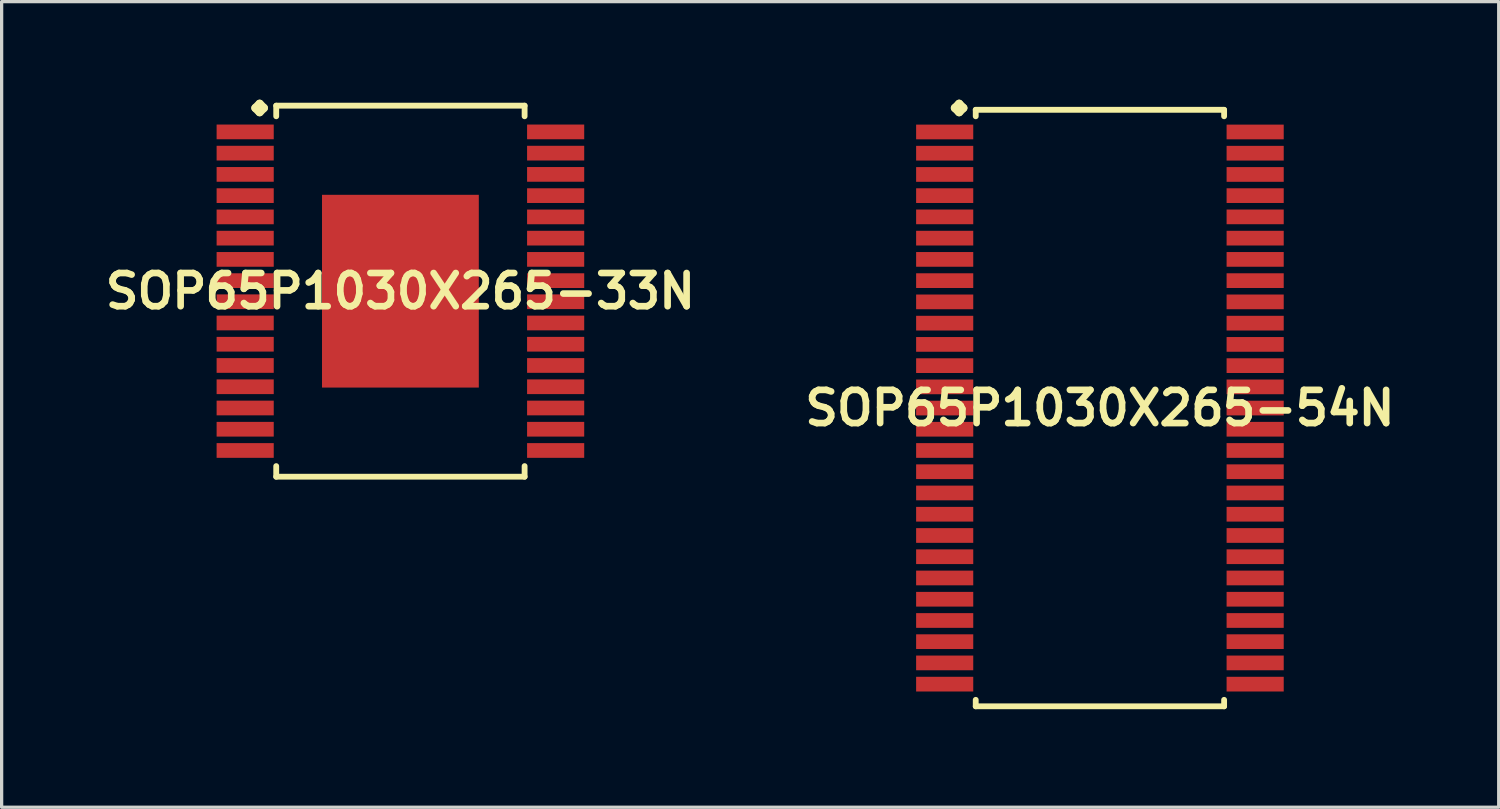
<source format=kicad_pcb>
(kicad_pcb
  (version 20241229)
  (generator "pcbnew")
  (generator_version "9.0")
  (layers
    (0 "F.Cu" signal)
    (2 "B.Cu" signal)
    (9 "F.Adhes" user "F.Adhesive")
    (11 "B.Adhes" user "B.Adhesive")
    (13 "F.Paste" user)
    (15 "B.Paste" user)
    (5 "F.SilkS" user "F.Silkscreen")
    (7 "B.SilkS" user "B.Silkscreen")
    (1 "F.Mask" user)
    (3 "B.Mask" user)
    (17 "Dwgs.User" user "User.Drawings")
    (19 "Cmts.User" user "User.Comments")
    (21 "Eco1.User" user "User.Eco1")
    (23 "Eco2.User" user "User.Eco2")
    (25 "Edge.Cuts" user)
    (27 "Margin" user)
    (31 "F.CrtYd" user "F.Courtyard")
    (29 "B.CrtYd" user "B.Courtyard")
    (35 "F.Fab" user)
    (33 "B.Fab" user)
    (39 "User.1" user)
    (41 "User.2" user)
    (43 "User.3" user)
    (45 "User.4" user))
  (footprint "SOP65P1030X265-33N"
    (layer "F.Cu")
    (at 9.202 5.86)
    (property "Reference" "SOP65P1030X265-33N" (at 0 0 0) (layer "F.SilkS") (effects (font (size 1.016 1.016) (thickness 0.203))))
    (attr smd)
    (fp_line (start -4.435 -5.606) (end -4.308 -5.733) (stroke (width 0.254) (type solid)) (layer "F.SilkS"))
    (fp_line (start -4.308 -5.733) (end -4.181 -5.606) (stroke (width 0.254) (type solid)) (layer "F.SilkS"))
    (fp_line (start -4.308 -5.479) (end -4.435 -5.606) (stroke (width 0.254) (type solid)) (layer "F.SilkS"))
    (fp_line (start -4.181 -5.606) (end -4.308 -5.479) (stroke (width 0.254) (type solid)) (layer "F.SilkS"))
    (fp_line (start -3.8 -5.677) (end 3.8 -5.677) (stroke (width 0.178) (type solid)) (layer "F.SilkS"))
    (fp_line (start -3.8 -5.352) (end -3.8 -5.677) (stroke (width 0.178) (type solid)) (layer "F.SilkS"))
    (fp_line (start -3.8 5.352) (end -3.8 5.677) (stroke (width 0.178) (type solid)) (layer "F.SilkS"))
    (fp_line (start -3.8 5.677) (end 3.8 5.677) (stroke (width 0.178) (type solid)) (layer "F.SilkS"))
    (fp_line (start 3.8 -5.677) (end 3.8 -5.352) (stroke (width 0.178) (type solid)) (layer "F.SilkS"))
    (fp_line (start 3.8 5.677) (end 3.8 5.352) (stroke (width 0.178) (type solid)) (layer "F.SilkS"))
    (pad "1" smd rect (at -4.75 -4.874) (size 1.748 0.45) (layers "F.Cu" "F.Mask" "F.Paste"))
    (pad "2" smd rect (at -4.75 -4.224) (size 1.748 0.45) (layers "F.Cu" "F.Mask" "F.Paste"))
    (pad "3" smd rect (at -4.75 -3.574) (size 1.748 0.45) (layers "F.Cu" "F.Mask" "F.Paste"))
    (pad "4" smd rect (at -4.75 -2.924) (size 1.748 0.45) (layers "F.Cu" "F.Mask" "F.Paste"))
    (pad "5" smd rect (at -4.75 -2.273) (size 1.748 0.45) (layers "F.Cu" "F.Mask" "F.Paste"))
    (pad "6" smd rect (at -4.75 -1.623) (size 1.748 0.45) (layers "F.Cu" "F.Mask" "F.Paste"))
    (pad "7" smd rect (at -4.75 -0.973) (size 1.748 0.45) (layers "F.Cu" "F.Mask" "F.Paste"))
    (pad "8" smd rect (at -4.75 -0.323) (size 1.748 0.45) (layers "F.Cu" "F.Mask" "F.Paste"))
    (pad "9" smd rect (at -4.75 0.323) (size 1.748 0.45) (layers "F.Cu" "F.Mask" "F.Paste"))
    (pad "10" smd rect (at -4.75 0.973) (size 1.748 0.45) (layers "F.Cu" "F.Mask" "F.Paste"))
    (pad "11" smd rect (at -4.75 1.623) (size 1.748 0.45) (layers "F.Cu" "F.Mask" "F.Paste"))
    (pad "12" smd rect (at -4.75 2.273) (size 1.748 0.45) (layers "F.Cu" "F.Mask" "F.Paste"))
    (pad "13" smd rect (at -4.75 2.924) (size 1.748 0.45) (layers "F.Cu" "F.Mask" "F.Paste"))
    (pad "14" smd rect (at -4.75 3.574) (size 1.748 0.45) (layers "F.Cu" "F.Mask" "F.Paste"))
    (pad "15" smd rect (at -4.75 4.224) (size 1.748 0.45) (layers "F.Cu" "F.Mask" "F.Paste"))
    (pad "16" smd rect (at -4.75 4.874) (size 1.748 0.45) (layers "F.Cu" "F.Mask" "F.Paste"))
    (pad "17" smd rect (at 4.75 4.874) (size 1.748 0.45) (layers "F.Cu" "F.Mask" "F.Paste"))
    (pad "18" smd rect (at 4.75 4.224) (size 1.748 0.45) (layers "F.Cu" "F.Mask" "F.Paste"))
    (pad "19" smd rect (at 4.75 3.574) (size 1.748 0.45) (layers "F.Cu" "F.Mask" "F.Paste"))
    (pad "20" smd rect (at 4.75 2.924) (size 1.748 0.45) (layers "F.Cu" "F.Mask" "F.Paste"))
    (pad "21" smd rect (at 4.75 2.273) (size 1.748 0.45) (layers "F.Cu" "F.Mask" "F.Paste"))
    (pad "22" smd rect (at 4.75 1.623) (size 1.748 0.45) (layers "F.Cu" "F.Mask" "F.Paste"))
    (pad "23" smd rect (at 4.75 0.973) (size 1.748 0.45) (layers "F.Cu" "F.Mask" "F.Paste"))
    (pad "24" smd rect (at 4.75 0.323) (size 1.748 0.45) (layers "F.Cu" "F.Mask" "F.Paste"))
    (pad "25" smd rect (at 4.75 -0.323) (size 1.748 0.45) (layers "F.Cu" "F.Mask" "F.Paste"))
    (pad "26" smd rect (at 4.75 -0.973) (size 1.748 0.45) (layers "F.Cu" "F.Mask" "F.Paste"))
    (pad "27" smd rect (at 4.75 -1.623) (size 1.748 0.45) (layers "F.Cu" "F.Mask" "F.Paste"))
    (pad "28" smd rect (at 4.75 -2.273) (size 1.748 0.45) (layers "F.Cu" "F.Mask" "F.Paste"))
    (pad "29" smd rect (at 4.75 -2.924) (size 1.748 0.45) (layers "F.Cu" "F.Mask" "F.Paste"))
    (pad "30" smd rect (at 4.75 -3.574) (size 1.748 0.45) (layers "F.Cu" "F.Mask" "F.Paste"))
    (pad "31" smd rect (at 4.75 -4.224) (size 1.748 0.45) (layers "F.Cu" "F.Mask" "F.Paste"))
    (pad "32" smd rect (at 4.75 -4.874) (size 1.748 0.45) (layers "F.Cu" "F.Mask" "F.Paste"))
    (pad "33" smd rect (at 0 0) (size 4.798 5.898) (layers "F.Cu" "F.Mask" "F.Paste")))
  (footprint "SOP65P1030X265-54N"
    (layer "F.Cu")
    (at 30.606 9.436)
    (property "Reference" "SOP65P1030X265-54N" (at 0 0 0) (layer "F.SilkS") (effects (font (size 1.016 1.016) (thickness 0.203))))
    (attr smd)
    (fp_line (start -4.435 -9.182) (end -4.308 -9.309) (stroke (width 0.254) (type solid)) (layer "F.SilkS"))
    (fp_line (start -4.308 -9.309) (end -4.181 -9.182) (stroke (width 0.254) (type solid)) (layer "F.SilkS"))
    (fp_line (start -4.308 -9.055) (end -4.435 -9.182) (stroke (width 0.254) (type solid)) (layer "F.SilkS"))
    (fp_line (start -4.181 -9.182) (end -4.308 -9.055) (stroke (width 0.254) (type solid)) (layer "F.SilkS"))
    (fp_line (start -3.8 -9.126) (end 3.8 -9.126) (stroke (width 0.178) (type solid)) (layer "F.SilkS"))
    (fp_line (start -3.8 -8.928) (end -3.8 -9.126) (stroke (width 0.178) (type solid)) (layer "F.SilkS"))
    (fp_line (start -3.8 8.928) (end -3.8 9.126) (stroke (width 0.178) (type solid)) (layer "F.SilkS"))
    (fp_line (start -3.8 9.126) (end 3.8 9.126) (stroke (width 0.178) (type solid)) (layer "F.SilkS"))
    (fp_line (start 3.8 -9.126) (end 3.8 -8.928) (stroke (width 0.178) (type solid)) (layer "F.SilkS"))
    (fp_line (start 3.8 9.126) (end 3.8 8.928) (stroke (width 0.178) (type solid)) (layer "F.SilkS"))
    (pad "1" smd rect (at -4.75 -8.448) (size 1.748 0.45) (layers "F.Cu" "F.Mask" "F.Paste"))
    (pad "2" smd rect (at -4.75 -7.798) (size 1.748 0.45) (layers "F.Cu" "F.Mask" "F.Paste"))
    (pad "3" smd rect (at -4.75 -7.148) (size 1.748 0.45) (layers "F.Cu" "F.Mask" "F.Paste"))
    (pad "4" smd rect (at -4.75 -6.5) (size 1.748 0.45) (layers "F.Cu" "F.Mask" "F.Paste"))
    (pad "5" smd rect (at -4.75 -5.85) (size 1.748 0.45) (layers "F.Cu" "F.Mask" "F.Paste"))
    (pad "6" smd rect (at -4.75 -5.199) (size 1.748 0.45) (layers "F.Cu" "F.Mask" "F.Paste"))
    (pad "7" smd rect (at -4.75 -4.549) (size 1.748 0.45) (layers "F.Cu" "F.Mask" "F.Paste"))
    (pad "8" smd rect (at -4.75 -3.899) (size 1.748 0.45) (layers "F.Cu" "F.Mask" "F.Paste"))
    (pad "9" smd rect (at -4.75 -3.249) (size 1.748 0.45) (layers "F.Cu" "F.Mask" "F.Paste"))
    (pad "10" smd rect (at -4.75 -2.598) (size 1.748 0.45) (layers "F.Cu" "F.Mask" "F.Paste"))
    (pad "11" smd rect (at -4.75 -1.948) (size 1.748 0.45) (layers "F.Cu" "F.Mask" "F.Paste"))
    (pad "12" smd rect (at -4.75 -1.298) (size 1.748 0.45) (layers "F.Cu" "F.Mask" "F.Paste"))
    (pad "13" smd rect (at -4.75 -0.648) (size 1.748 0.45) (layers "F.Cu" "F.Mask" "F.Paste"))
    (pad "14" smd rect (at -4.75 0) (size 1.748 0.45) (layers "F.Cu" "F.Mask" "F.Paste"))
    (pad "15" smd rect (at -4.75 0.648) (size 1.748 0.45) (layers "F.Cu" "F.Mask" "F.Paste"))
    (pad "16" smd rect (at -4.75 1.298) (size 1.748 0.45) (layers "F.Cu" "F.Mask" "F.Paste"))
    (pad "17" smd rect (at -4.75 1.948) (size 1.748 0.45) (layers "F.Cu" "F.Mask" "F.Paste"))
    (pad "18" smd rect (at -4.75 2.598) (size 1.748 0.45) (layers "F.Cu" "F.Mask" "F.Paste"))
    (pad "19" smd rect (at -4.75 3.249) (size 1.748 0.45) (layers "F.Cu" "F.Mask" "F.Paste"))
    (pad "20" smd rect (at -4.75 3.899) (size 1.748 0.45) (layers "F.Cu" "F.Mask" "F.Paste"))
    (pad "21" smd rect (at -4.75 4.549) (size 1.748 0.45) (layers "F.Cu" "F.Mask" "F.Paste"))
    (pad "22" smd rect (at -4.75 5.199) (size 1.748 0.45) (layers "F.Cu" "F.Mask" "F.Paste"))
    (pad "23" smd rect (at -4.75 5.85) (size 1.748 0.45) (layers "F.Cu" "F.Mask" "F.Paste"))
    (pad "24" smd rect (at -4.75 6.5) (size 1.748 0.45) (layers "F.Cu" "F.Mask" "F.Paste"))
    (pad "25" smd rect (at -4.75 7.148) (size 1.748 0.45) (layers "F.Cu" "F.Mask" "F.Paste"))
    (pad "26" smd rect (at -4.75 7.798) (size 1.748 0.45) (layers "F.Cu" "F.Mask" "F.Paste"))
    (pad "27" smd rect (at -4.75 8.448) (size 1.748 0.45) (layers "F.Cu" "F.Mask" "F.Paste"))
    (pad "28" smd rect (at 4.75 8.448) (size 1.748 0.45) (layers "F.Cu" "F.Mask" "F.Paste"))
    (pad "29" smd rect (at 4.75 7.798) (size 1.748 0.45) (layers "F.Cu" "F.Mask" "F.Paste"))
    (pad "30" smd rect (at 4.75 7.148) (size 1.748 0.45) (layers "F.Cu" "F.Mask" "F.Paste"))
    (pad "31" smd rect (at 4.75 6.5) (size 1.748 0.45) (layers "F.Cu" "F.Mask" "F.Paste"))
    (pad "32" smd rect (at 4.75 5.85) (size 1.748 0.45) (layers "F.Cu" "F.Mask" "F.Paste"))
    (pad "33" smd rect (at 4.75 5.199) (size 1.748 0.45) (layers "F.Cu" "F.Mask" "F.Paste"))
    (pad "34" smd rect (at 4.75 4.549) (size 1.748 0.45) (layers "F.Cu" "F.Mask" "F.Paste"))
    (pad "35" smd rect (at 4.75 3.899) (size 1.748 0.45) (layers "F.Cu" "F.Mask" "F.Paste"))
    (pad "36" smd rect (at 4.75 3.249) (size 1.748 0.45) (layers "F.Cu" "F.Mask" "F.Paste"))
    (pad "37" smd rect (at 4.75 2.598) (size 1.748 0.45) (layers "F.Cu" "F.Mask" "F.Paste"))
    (pad "38" smd rect (at 4.75 1.948) (size 1.748 0.45) (layers "F.Cu" "F.Mask" "F.Paste"))
    (pad "39" smd rect (at 4.75 1.298) (size 1.748 0.45) (layers "F.Cu" "F.Mask" "F.Paste"))
    (pad "40" smd rect (at 4.75 0.648) (size 1.748 0.45) (layers "F.Cu" "F.Mask" "F.Paste"))
    (pad "41" smd rect (at 4.75 0) (size 1.748 0.45) (layers "F.Cu" "F.Mask" "F.Paste"))
    (pad "42" smd rect (at 4.75 -0.648) (size 1.748 0.45) (layers "F.Cu" "F.Mask" "F.Paste"))
    (pad "43" smd rect (at 4.75 -1.298) (size 1.748 0.45) (layers "F.Cu" "F.Mask" "F.Paste"))
    (pad "44" smd rect (at 4.75 -1.948) (size 1.748 0.45) (layers "F.Cu" "F.Mask" "F.Paste"))
    (pad "45" smd rect (at 4.75 -2.598) (size 1.748 0.45) (layers "F.Cu" "F.Mask" "F.Paste"))
    (pad "46" smd rect (at 4.75 -3.249) (size 1.748 0.45) (layers "F.Cu" "F.Mask" "F.Paste"))
    (pad "47" smd rect (at 4.75 -3.899) (size 1.748 0.45) (layers "F.Cu" "F.Mask" "F.Paste"))
    (pad "48" smd rect (at 4.75 -4.549) (size 1.748 0.45) (layers "F.Cu" "F.Mask" "F.Paste"))
    (pad "49" smd rect (at 4.75 -5.199) (size 1.748 0.45) (layers "F.Cu" "F.Mask" "F.Paste"))
    (pad "50" smd rect (at 4.75 -5.85) (size 1.748 0.45) (layers "F.Cu" "F.Mask" "F.Paste"))
    (pad "51" smd rect (at 4.75 -6.5) (size 1.748 0.45) (layers "F.Cu" "F.Mask" "F.Paste"))
    (pad "52" smd rect (at 4.75 -7.148) (size 1.748 0.45) (layers "F.Cu" "F.Mask" "F.Paste"))
    (pad "53" smd rect (at 4.75 -7.798) (size 1.748 0.45) (layers "F.Cu" "F.Mask" "F.Paste"))
    (pad "54" smd rect (at 4.75 -8.448) (size 1.748 0.45) (layers "F.Cu" "F.Mask" "F.Paste")))
  (gr_rect
    (start -3 -3)
    (end 42.808 21.651)
    (stroke (width 0.1) (type default))
    (fill no)
    (layer "Edge.Cuts")))
</source>
